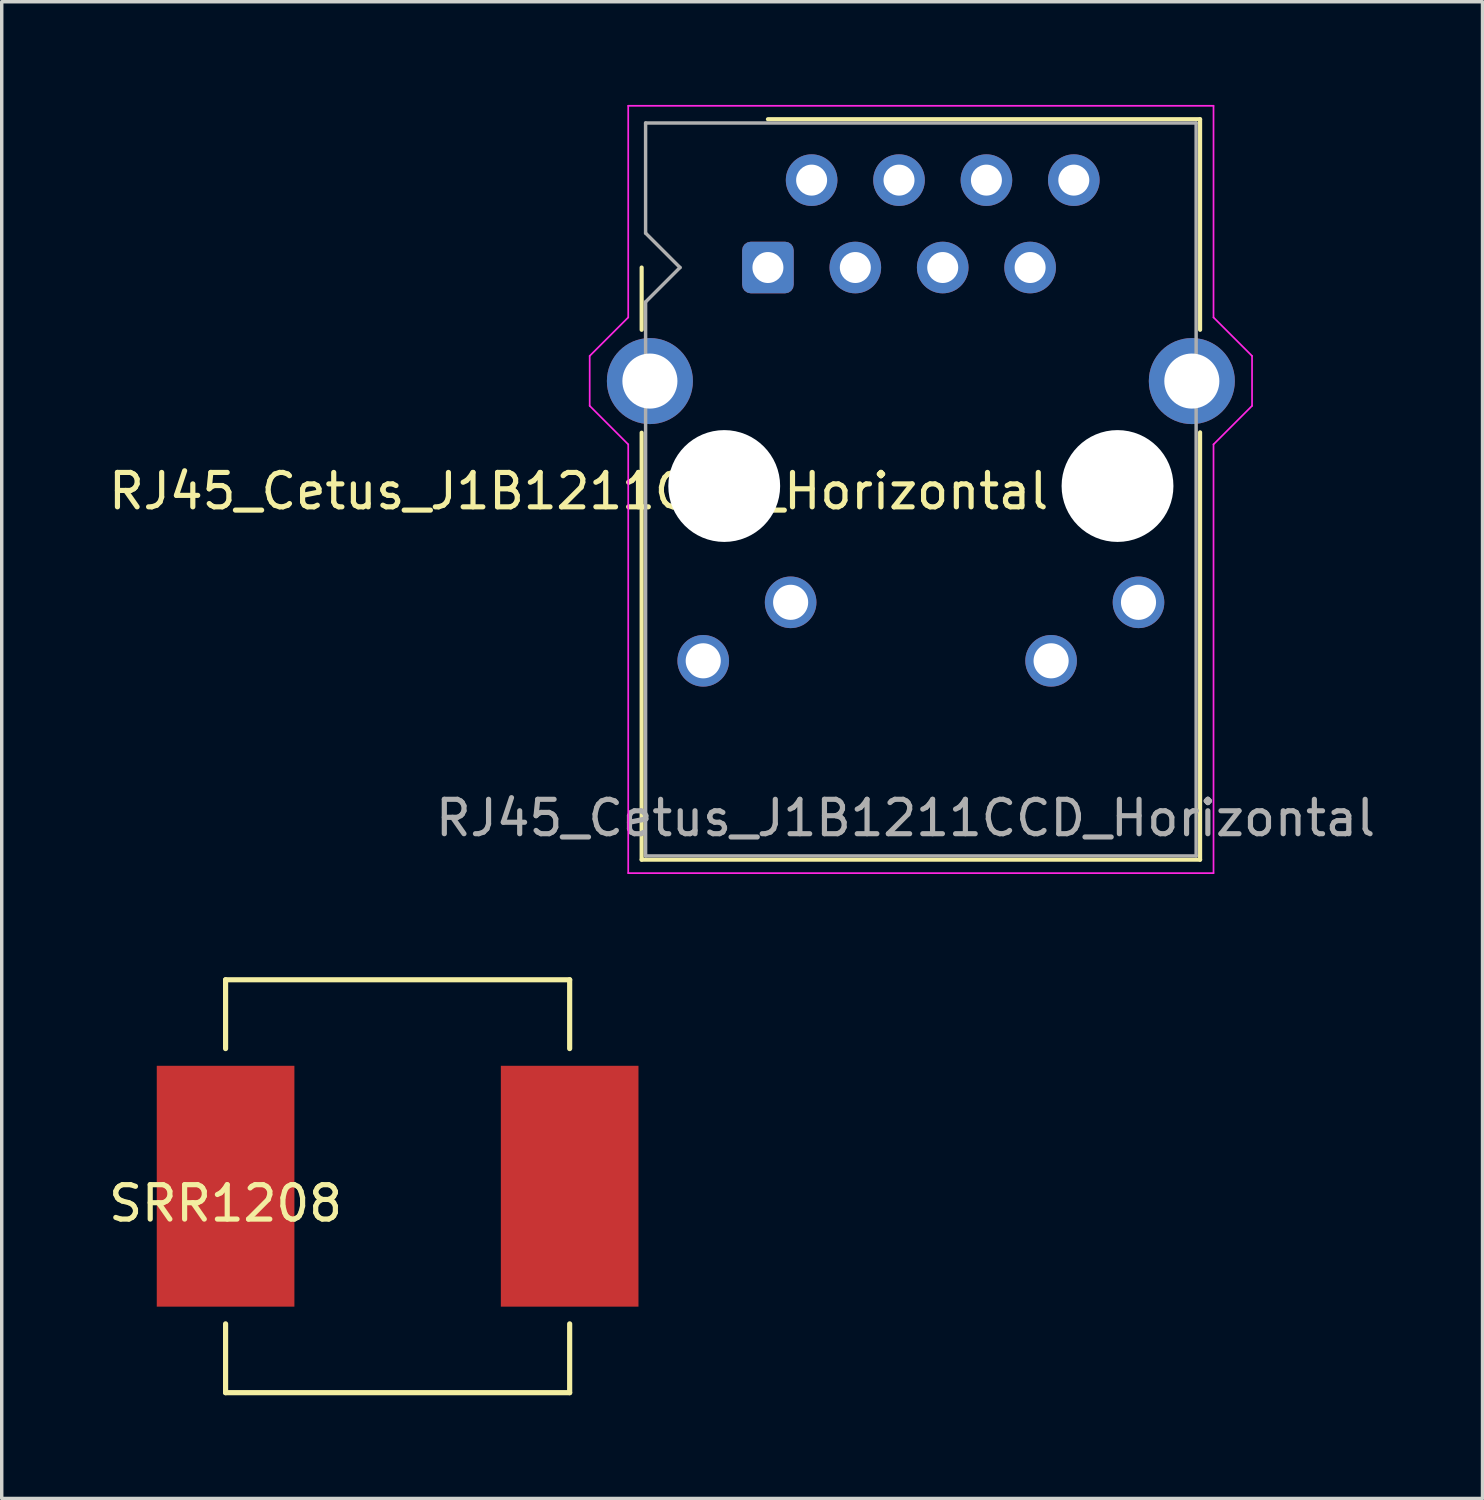
<source format=kicad_pcb>
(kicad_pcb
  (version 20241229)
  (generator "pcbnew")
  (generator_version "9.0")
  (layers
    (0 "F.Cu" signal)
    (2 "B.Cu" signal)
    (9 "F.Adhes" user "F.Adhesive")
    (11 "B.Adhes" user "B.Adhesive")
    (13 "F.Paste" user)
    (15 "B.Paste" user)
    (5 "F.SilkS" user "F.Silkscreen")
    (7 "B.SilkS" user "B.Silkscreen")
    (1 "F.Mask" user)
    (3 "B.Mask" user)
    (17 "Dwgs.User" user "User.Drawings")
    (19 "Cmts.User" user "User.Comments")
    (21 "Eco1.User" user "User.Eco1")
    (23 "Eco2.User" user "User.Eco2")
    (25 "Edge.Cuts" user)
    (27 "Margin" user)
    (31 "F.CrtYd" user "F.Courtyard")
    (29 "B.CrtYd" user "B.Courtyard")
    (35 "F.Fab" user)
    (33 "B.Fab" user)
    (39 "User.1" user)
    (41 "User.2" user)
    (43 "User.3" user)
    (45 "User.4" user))
  (footprint "RJ45_Cetus_J1B1211CCD_Horizontal"
    (layer "F.Cu")
    (at 19.268 4.725)
    (property "Reference" "RJ45_Cetus_J1B1211CCD_Horizontal" (at -5.5 6.5 0) (layer "F.SilkS") (effects (font (size 1 1) (thickness 0.15))))
    (attr through_hole)
    (fp_line (start -3.67 0) (end -3.67 1.81) (stroke (width 0.12) (type solid)) (layer "F.SilkS"))
    (fp_line (start -3.67 4.8) (end -3.67 17.21) (stroke (width 0.12) (type solid)) (layer "F.SilkS"))
    (fp_line (start 0 -4.31) (end 12.56 -4.31) (stroke (width 0.12) (type solid)) (layer "F.SilkS"))
    (fp_line (start 12.56 -4.31) (end 12.56 1.81) (stroke (width 0.12) (type solid)) (layer "F.SilkS"))
    (fp_line (start 12.56 4.79) (end 12.56 17.21) (stroke (width 0.12) (type solid)) (layer "F.SilkS"))
    (fp_line (start 12.56 17.21) (end -3.67 17.21) (stroke (width 0.12) (type solid)) (layer "F.SilkS"))
    (fp_line (start -5.18 4.02) (end -5.18 2.57) (stroke (width 0.05) (type solid)) (layer "F.CrtYd"))
    (fp_line (start -5.18 4.02) (end -4.06 5.14) (stroke (width 0.05) (type solid)) (layer "F.CrtYd"))
    (fp_line (start -4.06 -4.7) (end 12.95 -4.7) (stroke (width 0.05) (type solid)) (layer "F.CrtYd"))
    (fp_line (start -4.06 1.45) (end -5.18 2.57) (stroke (width 0.05) (type solid)) (layer "F.CrtYd"))
    (fp_line (start -4.06 1.45) (end -4.06 -4.7) (stroke (width 0.05) (type solid)) (layer "F.CrtYd"))
    (fp_line (start -4.06 5.14) (end -4.06 17.6) (stroke (width 0.05) (type solid)) (layer "F.CrtYd"))
    (fp_line (start -4.06 17.6) (end 12.95 17.6) (stroke (width 0.05) (type solid)) (layer "F.CrtYd"))
    (fp_line (start 12.95 1.45) (end 12.95 -4.7) (stroke (width 0.05) (type solid)) (layer "F.CrtYd"))
    (fp_line (start 12.95 1.45) (end 14.07 2.57) (stroke (width 0.05) (type solid)) (layer "F.CrtYd"))
    (fp_line (start 12.95 5.14) (end 12.95 17.6) (stroke (width 0.05) (type solid)) (layer "F.CrtYd"))
    (fp_line (start 14.07 4.02) (end 12.95 5.14) (stroke (width 0.05) (type solid)) (layer "F.CrtYd"))
    (fp_line (start 14.07 4.02) (end 14.07 2.57) (stroke (width 0.05) (type solid)) (layer "F.CrtYd"))
    (fp_line (start -3.555 -4.2) (end -3.555 -1) (stroke (width 0.1) (type solid)) (layer "F.Fab"))
    (fp_line (start -3.555 -4.2) (end 12.445 -4.2) (stroke (width 0.1) (type solid)) (layer "F.Fab"))
    (fp_line (start -3.555 1) (end -3.555 17.1) (stroke (width 0.1) (type solid)) (layer "F.Fab"))
    (fp_line (start -3.555 17.1) (end 12.445 17.1) (stroke (width 0.1) (type solid)) (layer "F.Fab"))
    (fp_line (start -2.555 0) (end -3.555 -1) (stroke (width 0.1) (type solid)) (layer "F.Fab"))
    (fp_line (start -2.555 0) (end -3.555 1) (stroke (width 0.1) (type solid)) (layer "F.Fab"))
    (fp_line (start 12.445 -4.2) (end 12.445 17.1) (stroke (width 0.1) (type solid)) (layer "F.Fab"))
    (fp_text user "${REFERENCE}" (at 4 16 0) (layer "F.Fab") (effects (font (size 1 1) (thickness 0.15))))
    (pad "" np_thru_hole circle (at -1.27 6.35) (size 3.25 3.25) (drill 3.25) (layers "*.Cu" "*.Mask"))
    (pad "" np_thru_hole circle (at 10.16 6.35) (size 3.25 3.25) (drill 3.25) (layers "*.Cu" "*.Mask"))
    (pad "1" thru_hole roundrect (at 0 0) (size 1.5 1.5) (drill 0.9) (layers "*.Cu" "*.Mask") (roundrect_rratio 0.167))
    (pad "2" thru_hole circle (at 1.27 -2.54) (size 1.5 1.5) (drill 0.9) (layers "*.Cu" "*.Mask"))
    (pad "3" thru_hole circle (at 2.54 0) (size 1.5 1.5) (drill 0.9) (layers "*.Cu" "*.Mask"))
    (pad "4" thru_hole circle (at 3.81 -2.54) (size 1.5 1.5) (drill 0.9) (layers "*.Cu" "*.Mask"))
    (pad "5" thru_hole circle (at 5.08 0) (size 1.5 1.5) (drill 0.9) (layers "*.Cu" "*.Mask"))
    (pad "6" thru_hole circle (at 6.35 -2.54) (size 1.5 1.5) (drill 0.9) (layers "*.Cu" "*.Mask"))
    (pad "7" thru_hole circle (at 7.62 0) (size 1.5 1.5) (drill 0.9) (layers "*.Cu" "*.Mask"))
    (pad "8" thru_hole circle (at 8.89 -2.54) (size 1.5 1.5) (drill 0.9) (layers "*.Cu" "*.Mask"))
    (pad "9" thru_hole circle (at -1.88 11.43) (size 1.5 1.5) (drill 1.02) (layers "*.Cu" "*.Mask"))
    (pad "10" thru_hole circle (at 0.66 9.73) (size 1.5 1.5) (drill 1.02) (layers "*.Cu" "*.Mask"))
    (pad "11" thru_hole circle (at 8.23 11.43) (size 1.5 1.5) (drill 1.02) (layers "*.Cu" "*.Mask"))
    (pad "12" thru_hole circle (at 10.77 9.73) (size 1.5 1.5) (drill 1.02) (layers "*.Cu" "*.Mask"))
    (pad "SH" thru_hole circle (at -3.43 3.3) (size 2.5 2.5) (drill 1.6) (layers "*.Cu" "*.Mask"))
    (pad "SH" thru_hole circle (at 12.32 3.3) (size 2.5 2.5) (drill 1.6) (layers "*.Cu" "*.Mask")))
  (footprint "SRR1208"
    (layer "F.Cu")
    (at 3.506 31.425)
    (property "Reference" "SRR1208" (at 0 0.5 0) (layer "F.SilkS") (effects (font (size 1 1) (thickness 0.15))))
    (attr through_hole)
    (fp_line (start 0 -6) (end 0 -4) (stroke (width 0.15) (type solid)) (layer "F.SilkS"))
    (fp_line (start 0 -6) (end 10 -6) (stroke (width 0.15) (type solid)) (layer "F.SilkS"))
    (fp_line (start 0 4) (end 0 6) (stroke (width 0.15) (type solid)) (layer "F.SilkS"))
    (fp_line (start 0 6) (end 10 6) (stroke (width 0.15) (type solid)) (layer "F.SilkS"))
    (fp_line (start 10 -6) (end 10 -4) (stroke (width 0.15) (type solid)) (layer "F.SilkS"))
    (fp_line (start 10 6) (end 10 4) (stroke (width 0.15) (type solid)) (layer "F.SilkS"))
    (pad "1" smd rect (at 0 0) (size 4 7) (layers "F.Cu" "F.Mask" "F.Paste"))
    (pad "2" smd rect (at 10 0) (size 4 7) (layers "F.Cu" "F.Mask" "F.Paste")))
  (gr_rect
    (start -3 -3)
    (end 40.036 40.5)
    (stroke (width 0.1) (type default))
    (fill no)
    (layer "Edge.Cuts")))
</source>
